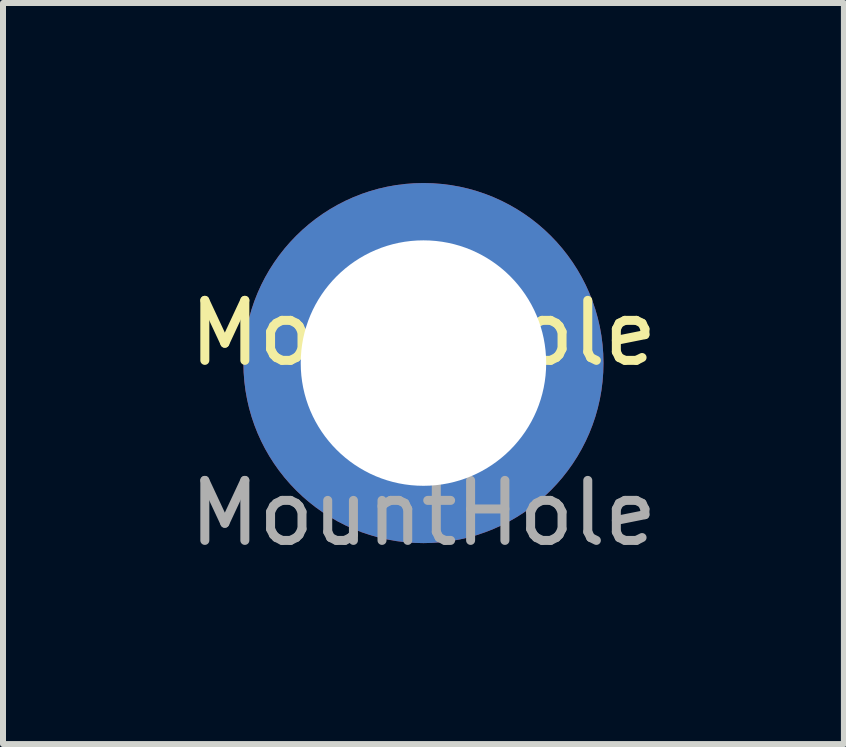
<source format=kicad_pcb>
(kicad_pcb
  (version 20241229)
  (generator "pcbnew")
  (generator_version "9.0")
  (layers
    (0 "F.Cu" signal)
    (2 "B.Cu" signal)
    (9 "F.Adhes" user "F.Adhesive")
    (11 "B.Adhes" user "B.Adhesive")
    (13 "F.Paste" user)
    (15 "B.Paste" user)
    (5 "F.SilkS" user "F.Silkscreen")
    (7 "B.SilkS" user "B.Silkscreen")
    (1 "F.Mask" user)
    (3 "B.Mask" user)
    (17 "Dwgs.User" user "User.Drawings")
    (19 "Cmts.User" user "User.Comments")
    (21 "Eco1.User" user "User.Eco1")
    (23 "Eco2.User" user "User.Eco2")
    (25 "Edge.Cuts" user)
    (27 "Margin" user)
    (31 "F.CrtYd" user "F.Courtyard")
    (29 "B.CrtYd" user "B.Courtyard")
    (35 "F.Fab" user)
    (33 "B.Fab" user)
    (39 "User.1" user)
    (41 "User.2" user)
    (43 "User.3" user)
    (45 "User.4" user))
  (footprint "MountHole"
    (layer "F.Cu")
    (at 4.006 3)
    (property "Reference" "MountHole" (at 0 -0.5 0) (unlocked yes) (layer "F.SilkS") (effects (font (size 1 1) (thickness 0.15))))
    (attr smd)
    (fp_text user "${REFERENCE}" (at 0 2.5 0) (unlocked yes) (layer "F.Fab") (effects (font (size 1 1) (thickness 0.15))))
    (pad "" thru_hole circle (at 0 0) (size 6 6) (drill 4.09) (layers "*.Cu" "*.Mask")))
  (gr_rect
    (start -3 -3)
    (end 11.012 9.348)
    (stroke (width 0.1) (type default))
    (fill no)
    (layer "Edge.Cuts")))
</source>
